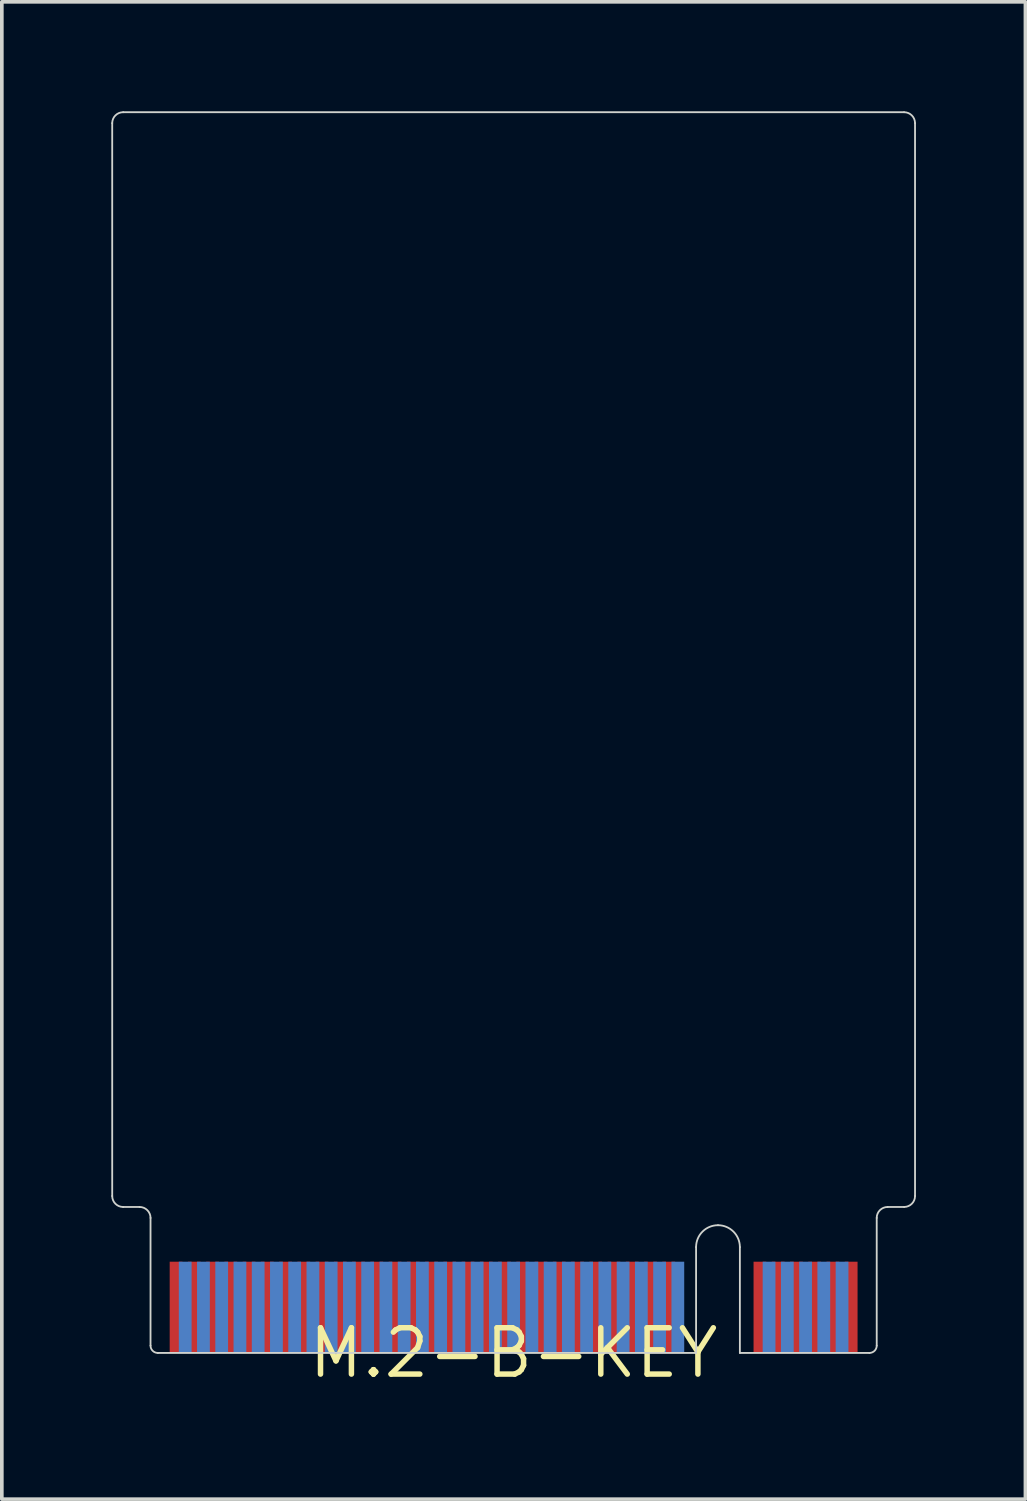
<source format=kicad_pcb>
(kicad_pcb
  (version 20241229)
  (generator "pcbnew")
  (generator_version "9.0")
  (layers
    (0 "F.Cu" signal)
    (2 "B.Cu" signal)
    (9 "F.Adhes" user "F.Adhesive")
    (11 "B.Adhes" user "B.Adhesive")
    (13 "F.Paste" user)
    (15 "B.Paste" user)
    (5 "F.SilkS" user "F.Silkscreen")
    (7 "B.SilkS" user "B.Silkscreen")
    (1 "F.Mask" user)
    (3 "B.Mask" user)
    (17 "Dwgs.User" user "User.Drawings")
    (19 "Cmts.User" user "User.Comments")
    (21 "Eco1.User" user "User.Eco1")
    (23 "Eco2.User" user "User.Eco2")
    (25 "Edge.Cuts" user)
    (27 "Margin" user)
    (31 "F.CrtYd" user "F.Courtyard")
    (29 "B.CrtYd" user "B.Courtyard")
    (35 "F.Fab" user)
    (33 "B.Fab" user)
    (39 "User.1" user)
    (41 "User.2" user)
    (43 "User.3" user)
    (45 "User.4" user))
  (footprint "M.2-B-KEY"
    (layer "F.Cu")
    (at 11.025 34.025)
    (property "Reference" "M.2-B-KEY" (at 0 0 0) (layer "F.SilkS") (effects (font (size 1.27 1.27) (thickness 0.15))))
    (attr through_hole)
    (fp_line (start -11 -33.7) (end -11 -4.3) (stroke (width 0.05) (type solid)) (layer "Edge.Cuts"))
    (fp_line (start -10.7 -4) (end -10.25 -4) (stroke (width 0.05) (type default)) (layer "Edge.Cuts"))
    (fp_line (start -9.95 -3.7) (end -9.95 -0.2) (stroke (width 0.05) (type solid)) (layer "Edge.Cuts"))
    (fp_line (start -9.75 0) (end 5 0) (stroke (width 0.05) (type solid)) (layer "Edge.Cuts"))
    (fp_line (start 5 -2.9) (end 5 0) (stroke (width 0.05) (type solid)) (layer "Edge.Cuts"))
    (fp_line (start 6.2 -2.9) (end 6.2 0) (stroke (width 0.05) (type solid)) (layer "Edge.Cuts"))
    (fp_line (start 6.2 0) (end 9.75 0) (stroke (width 0.05) (type solid)) (layer "Edge.Cuts"))
    (fp_line (start 9.95 -0.2) (end 9.95 -3.7) (stroke (width 0.05) (type solid)) (layer "Edge.Cuts"))
    (fp_line (start 10.25 -4) (end 10.7 -4) (stroke (width 0.05) (type default)) (layer "Edge.Cuts"))
    (fp_line (start 10.7 -34) (end -10.7 -34) (stroke (width 0.05) (type solid)) (layer "Edge.Cuts"))
    (fp_line (start 11 -4.3) (end 11 -33.7) (stroke (width 0.05) (type solid)) (layer "Edge.Cuts"))
    (fp_arc (start -11 -33.7) (mid -10.912132 -33.912132) (end -10.7 -34) (stroke (width 0.05) (type default)) (layer "Edge.Cuts"))
    (fp_arc (start -10.7 -4) (mid -10.912132 -4.087868) (end -11 -4.3) (stroke (width 0.05) (type default)) (layer "Edge.Cuts"))
    (fp_arc (start -10.25 -4) (mid -10.037868 -3.912132) (end -9.95 -3.7) (stroke (width 0.05) (type default)) (layer "Edge.Cuts"))
    (fp_arc (start -9.75 0) (mid -9.891421 -0.058579) (end -9.95 -0.2) (stroke (width 0.05) (type solid)) (layer "Edge.Cuts"))
    (fp_arc (start 5 -2.9) (mid 5.175736 -3.324264) (end 5.6 -3.5) (stroke (width 0.05) (type solid)) (layer "Edge.Cuts"))
    (fp_arc (start 5.6 -3.5) (mid 6.024264 -3.324264) (end 6.2 -2.9) (stroke (width 0.05) (type solid)) (layer "Edge.Cuts"))
    (fp_arc (start 9.95 -3.7) (mid 10.037868 -3.912132) (end 10.25 -4) (stroke (width 0.05) (type default)) (layer "Edge.Cuts"))
    (fp_arc (start 9.95 -0.2) (mid 9.891421 -0.058579) (end 9.75 0) (stroke (width 0.05) (type solid)) (layer "Edge.Cuts"))
    (fp_arc (start 10.7 -34) (mid 10.912132 -33.912132) (end 11 -33.7) (stroke (width 0.05) (type default)) (layer "Edge.Cuts"))
    (fp_arc (start 11 -4.3) (mid 10.912132 -4.087868) (end 10.7 -4) (stroke (width 0.05) (type default)) (layer "Edge.Cuts"))
    (pad "1" smd rect (at 9.25 -1.25) (size 0.35 2.5) (layers "F.Cu" "F.Mask" "F.Paste"))
    (pad "2" smd rect (at 9 -1.25) (size 0.35 2.5) (layers "B.Cu" "B.Mask" "B.Paste"))
    (pad "3" smd rect (at 8.75 -1.25) (size 0.35 2.5) (layers "F.Cu" "F.Mask" "F.Paste"))
    (pad "4" smd rect (at 8.5 -1.25) (size 0.35 2.5) (layers "B.Cu" "B.Mask" "B.Paste"))
    (pad "5" smd rect (at 8.25 -1.25) (size 0.35 2.5) (layers "F.Cu" "F.Mask" "F.Paste"))
    (pad "6" smd rect (at 8 -1.25) (size 0.35 2.5) (layers "B.Cu" "B.Mask" "B.Paste"))
    (pad "7" smd rect (at 7.75 -1.25) (size 0.35 2.5) (layers "F.Cu" "F.Mask" "F.Paste"))
    (pad "8" smd rect (at 7.5 -1.25) (size 0.35 2.5) (layers "B.Cu" "B.Mask" "B.Paste"))
    (pad "9" smd rect (at 7.25 -1.25) (size 0.35 2.5) (layers "F.Cu" "F.Mask" "F.Paste"))
    (pad "10" smd rect (at 7 -1.25) (size 0.35 2.5) (layers "B.Cu" "B.Mask" "B.Paste"))
    (pad "11" smd rect (at 6.75 -1.25) (size 0.35 2.5) (layers "F.Cu" "F.Mask" "F.Paste"))
    (pad "20" smd rect (at 4.5 -1.25) (size 0.35 2.5) (layers "B.Cu" "B.Mask" "B.Paste"))
    (pad "21" smd rect (at 4.25 -1.25) (size 0.35 2.5) (layers "F.Cu" "F.Mask" "F.Paste"))
    (pad "22" smd rect (at 4 -1.25) (size 0.35 2.5) (layers "B.Cu" "B.Mask" "B.Paste"))
    (pad "23" smd rect (at 3.75 -1.25) (size 0.35 2.5) (layers "F.Cu" "F.Mask" "F.Paste"))
    (pad "24" smd rect (at 3.5 -1.25) (size 0.35 2.5) (layers "B.Cu" "B.Mask" "B.Paste"))
    (pad "25" smd rect (at 3.25 -1.25) (size 0.35 2.5) (layers "F.Cu" "F.Mask" "F.Paste"))
    (pad "26" smd rect (at 3 -1.25) (size 0.35 2.5) (layers "B.Cu" "B.Mask" "B.Paste"))
    (pad "27" smd rect (at 2.75 -1.25) (size 0.35 2.5) (layers "F.Cu" "F.Mask" "F.Paste"))
    (pad "28" smd rect (at 2.5 -1.25) (size 0.35 2.5) (layers "B.Cu" "B.Mask" "B.Paste"))
    (pad "29" smd rect (at 2.25 -1.25) (size 0.35 2.5) (layers "F.Cu" "F.Mask" "F.Paste"))
    (pad "30" smd rect (at 2 -1.25) (size 0.35 2.5) (layers "B.Cu" "B.Mask" "B.Paste"))
    (pad "31" smd rect (at 1.75 -1.25) (size 0.35 2.5) (layers "F.Cu" "F.Mask" "F.Paste"))
    (pad "32" smd rect (at 1.5 -1.25) (size 0.35 2.5) (layers "B.Cu" "B.Mask" "B.Paste"))
    (pad "33" smd rect (at 1.25 -1.25) (size 0.35 2.5) (layers "F.Cu" "F.Mask" "F.Paste"))
    (pad "34" smd rect (at 1 -1.25) (size 0.35 2.5) (layers "B.Cu" "B.Mask" "B.Paste"))
    (pad "35" smd rect (at 0.75 -1.25) (size 0.35 2.5) (layers "F.Cu" "F.Mask" "F.Paste"))
    (pad "36" smd rect (at 0.5 -1.25) (size 0.35 2.5) (layers "B.Cu" "B.Mask" "B.Paste"))
    (pad "37" smd rect (at 0.25 -1.25) (size 0.35 2.5) (layers "F.Cu" "F.Mask" "F.Paste"))
    (pad "38" smd rect (at 0 -1.25) (size 0.35 2.5) (layers "B.Cu" "B.Mask" "B.Paste"))
    (pad "39" smd rect (at -0.25 -1.25) (size 0.35 2.5) (layers "F.Cu" "F.Mask" "F.Paste"))
    (pad "40" smd rect (at -0.5 -1.25) (size 0.35 2.5) (layers "B.Cu" "B.Mask" "B.Paste"))
    (pad "41" smd rect (at -0.75 -1.25) (size 0.35 2.5) (layers "F.Cu" "F.Mask" "F.Paste"))
    (pad "42" smd rect (at -1 -1.25) (size 0.35 2.5) (layers "B.Cu" "B.Mask" "B.Paste"))
    (pad "43" smd rect (at -1.25 -1.25) (size 0.35 2.5) (layers "F.Cu" "F.Mask" "F.Paste"))
    (pad "44" smd rect (at -1.5 -1.25) (size 0.35 2.5) (layers "B.Cu" "B.Mask" "B.Paste"))
    (pad "45" smd rect (at -1.75 -1.25) (size 0.35 2.5) (layers "F.Cu" "F.Mask" "F.Paste"))
    (pad "46" smd rect (at -2 -1.25) (size 0.35 2.5) (layers "B.Cu" "B.Mask" "B.Paste"))
    (pad "47" smd rect (at -2.25 -1.25) (size 0.35 2.5) (layers "F.Cu" "F.Mask" "F.Paste"))
    (pad "48" smd rect (at -2.5 -1.25) (size 0.35 2.5) (layers "B.Cu" "B.Mask" "B.Paste"))
    (pad "49" smd rect (at -2.75 -1.25) (size 0.35 2.5) (layers "F.Cu" "F.Mask" "F.Paste"))
    (pad "50" smd rect (at -3 -1.25) (size 0.35 2.5) (layers "B.Cu" "B.Mask" "B.Paste"))
    (pad "51" smd rect (at -3.25 -1.25) (size 0.35 2.5) (layers "F.Cu" "F.Mask" "F.Paste"))
    (pad "52" smd rect (at -3.5 -1.25) (size 0.35 2.5) (layers "B.Cu" "B.Mask" "B.Paste"))
    (pad "53" smd rect (at -3.75 -1.25) (size 0.35 2.5) (layers "F.Cu" "F.Mask" "F.Paste"))
    (pad "54" smd rect (at -4 -1.25) (size 0.35 2.5) (layers "B.Cu" "B.Mask" "B.Paste"))
    (pad "55" smd rect (at -4.25 -1.25) (size 0.35 2.5) (layers "F.Cu" "F.Mask" "F.Paste"))
    (pad "56" smd rect (at -4.5 -1.25) (size 0.35 2.5) (layers "B.Cu" "B.Mask" "B.Paste"))
    (pad "57" smd rect (at -4.75 -1.25) (size 0.35 2.5) (layers "F.Cu" "F.Mask" "F.Paste"))
    (pad "58" smd rect (at -5 -1.25) (size 0.35 2.5) (layers "B.Cu" "B.Mask" "B.Paste"))
    (pad "59" smd rect (at -5.25 -1.25) (size 0.35 2.5) (layers "F.Cu" "F.Mask" "F.Paste"))
    (pad "60" smd rect (at -5.5 -1.25) (size 0.35 2.5) (layers "B.Cu" "B.Mask" "B.Paste"))
    (pad "61" smd rect (at -5.75 -1.25) (size 0.35 2.5) (layers "F.Cu" "F.Mask" "F.Paste"))
    (pad "62" smd rect (at -6 -1.25) (size 0.35 2.5) (layers "B.Cu" "B.Mask" "B.Paste"))
    (pad "63" smd rect (at -6.25 -1.25) (size 0.35 2.5) (layers "F.Cu" "F.Mask" "F.Paste"))
    (pad "64" smd rect (at -6.5 -1.25) (size 0.35 2.5) (layers "B.Cu" "B.Mask" "B.Paste"))
    (pad "65" smd rect (at -6.75 -1.25) (size 0.35 2.5) (layers "F.Cu" "F.Mask" "F.Paste"))
    (pad "66" smd rect (at -7 -1.25) (size 0.35 2.5) (layers "B.Cu" "B.Mask" "B.Paste"))
    (pad "67" smd rect (at -7.25 -1.25) (size 0.35 2.5) (layers "F.Cu" "F.Mask" "F.Paste"))
    (pad "68" smd rect (at -7.5 -1.25) (size 0.35 2.5) (layers "B.Cu" "B.Mask" "B.Paste"))
    (pad "69" smd rect (at -7.75 -1.25) (size 0.35 2.5) (layers "F.Cu" "F.Mask" "F.Paste"))
    (pad "70" smd rect (at -8 -1.25) (size 0.35 2.5) (layers "B.Cu" "B.Mask" "B.Paste"))
    (pad "71" smd rect (at -8.25 -1.25) (size 0.35 2.5) (layers "F.Cu" "F.Mask" "F.Paste"))
    (pad "72" smd rect (at -8.5 -1.25) (size 0.35 2.5) (layers "B.Cu" "B.Mask" "B.Paste"))
    (pad "73" smd rect (at -8.75 -1.25) (size 0.35 2.5) (layers "F.Cu" "F.Mask" "F.Paste"))
    (pad "74" smd rect (at -9 -1.25) (size 0.35 2.5) (layers "B.Cu" "B.Mask" "B.Paste"))
    (pad "75" smd rect (at -9.25 -1.25) (size 0.35 2.5) (layers "F.Cu" "F.Mask" "F.Paste")))
  (gr_rect
    (start -3 -3)
    (end 25.05 38.031)
    (stroke (width 0.1) (type default))
    (fill no)
    (layer "Edge.Cuts")))
</source>
